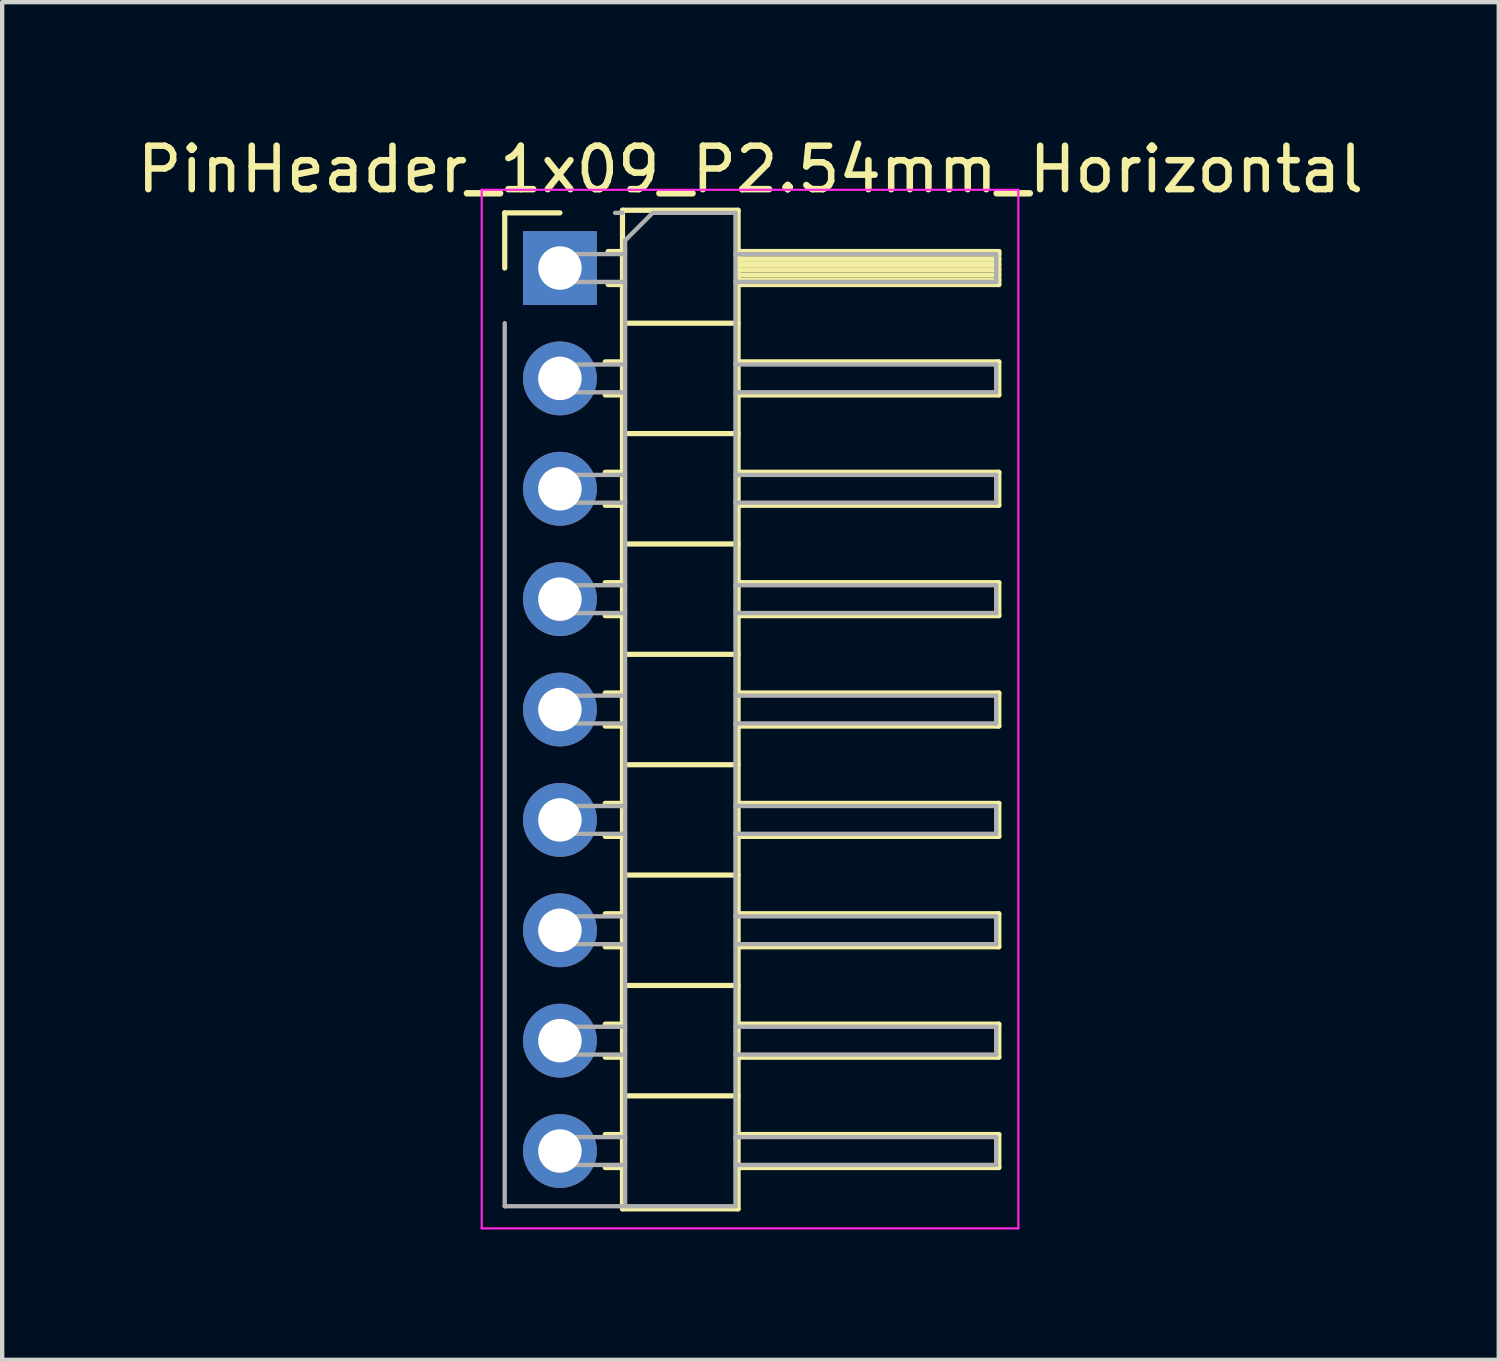
<source format=kicad_pcb>
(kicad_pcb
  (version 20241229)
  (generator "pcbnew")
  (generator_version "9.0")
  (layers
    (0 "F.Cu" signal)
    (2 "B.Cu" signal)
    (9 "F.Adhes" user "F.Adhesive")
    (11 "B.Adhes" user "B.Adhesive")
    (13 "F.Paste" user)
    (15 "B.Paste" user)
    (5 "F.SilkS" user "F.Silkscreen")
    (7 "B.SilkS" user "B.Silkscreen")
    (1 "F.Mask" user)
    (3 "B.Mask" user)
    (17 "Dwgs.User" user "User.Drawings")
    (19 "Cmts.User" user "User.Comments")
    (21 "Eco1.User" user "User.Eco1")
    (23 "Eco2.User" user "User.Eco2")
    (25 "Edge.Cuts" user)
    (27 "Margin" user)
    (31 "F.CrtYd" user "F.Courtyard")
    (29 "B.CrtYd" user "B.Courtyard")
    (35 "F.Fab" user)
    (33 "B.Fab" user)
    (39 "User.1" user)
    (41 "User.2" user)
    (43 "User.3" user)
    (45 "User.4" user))
  (footprint "PinHeader_1x09_P2.54mm_Horizontal"
    (layer "F.Cu")
    (at 9.835 13.278)
    (property "Reference" "PinHeader_1x09_P2.54mm_Horizontal" (at 4.385 -12.43 0) (layer "F.SilkS") (effects (font (size 1 1) (thickness 0.15))))
    (attr through_hole)
    (fp_line (start -1.27 -11.43) (end 0 -11.43) (stroke (width 0.12) (type solid)) (layer "F.SilkS"))
    (fp_line (start -1.27 -10.16) (end -1.27 -11.43) (stroke (width 0.12) (type solid)) (layer "F.SilkS"))
    (fp_line (start 1.043 -8) (end 1.44 -8) (stroke (width 0.12) (type solid)) (layer "F.SilkS"))
    (fp_line (start 1.043 -7.24) (end 1.44 -7.24) (stroke (width 0.12) (type solid)) (layer "F.SilkS"))
    (fp_line (start 1.043 -5.46) (end 1.44 -5.46) (stroke (width 0.12) (type solid)) (layer "F.SilkS"))
    (fp_line (start 1.043 -4.7) (end 1.44 -4.7) (stroke (width 0.12) (type solid)) (layer "F.SilkS"))
    (fp_line (start 1.043 -2.92) (end 1.44 -2.92) (stroke (width 0.12) (type solid)) (layer "F.SilkS"))
    (fp_line (start 1.043 -2.16) (end 1.44 -2.16) (stroke (width 0.12) (type solid)) (layer "F.SilkS"))
    (fp_line (start 1.043 -0.38) (end 1.44 -0.38) (stroke (width 0.12) (type solid)) (layer "F.SilkS"))
    (fp_line (start 1.043 0.38) (end 1.44 0.38) (stroke (width 0.12) (type solid)) (layer "F.SilkS"))
    (fp_line (start 1.043 2.16) (end 1.44 2.16) (stroke (width 0.12) (type solid)) (layer "F.SilkS"))
    (fp_line (start 1.043 2.92) (end 1.44 2.92) (stroke (width 0.12) (type solid)) (layer "F.SilkS"))
    (fp_line (start 1.043 4.7) (end 1.44 4.7) (stroke (width 0.12) (type solid)) (layer "F.SilkS"))
    (fp_line (start 1.043 5.46) (end 1.44 5.46) (stroke (width 0.12) (type solid)) (layer "F.SilkS"))
    (fp_line (start 1.043 7.24) (end 1.44 7.24) (stroke (width 0.12) (type solid)) (layer "F.SilkS"))
    (fp_line (start 1.043 8) (end 1.44 8) (stroke (width 0.12) (type solid)) (layer "F.SilkS"))
    (fp_line (start 1.043 9.78) (end 1.44 9.78) (stroke (width 0.12) (type solid)) (layer "F.SilkS"))
    (fp_line (start 1.043 10.54) (end 1.44 10.54) (stroke (width 0.12) (type solid)) (layer "F.SilkS"))
    (fp_line (start 1.11 -10.54) (end 1.44 -10.54) (stroke (width 0.12) (type solid)) (layer "F.SilkS"))
    (fp_line (start 1.11 -9.78) (end 1.44 -9.78) (stroke (width 0.12) (type solid)) (layer "F.SilkS"))
    (fp_line (start 1.44 -11.49) (end 1.44 11.49) (stroke (width 0.12) (type solid)) (layer "F.SilkS"))
    (fp_line (start 1.44 -8.89) (end 4.1 -8.89) (stroke (width 0.12) (type solid)) (layer "F.SilkS"))
    (fp_line (start 1.44 -6.35) (end 4.1 -6.35) (stroke (width 0.12) (type solid)) (layer "F.SilkS"))
    (fp_line (start 1.44 -3.81) (end 4.1 -3.81) (stroke (width 0.12) (type solid)) (layer "F.SilkS"))
    (fp_line (start 1.44 -1.27) (end 4.1 -1.27) (stroke (width 0.12) (type solid)) (layer "F.SilkS"))
    (fp_line (start 1.44 1.27) (end 4.1 1.27) (stroke (width 0.12) (type solid)) (layer "F.SilkS"))
    (fp_line (start 1.44 3.81) (end 4.1 3.81) (stroke (width 0.12) (type solid)) (layer "F.SilkS"))
    (fp_line (start 1.44 6.35) (end 4.1 6.35) (stroke (width 0.12) (type solid)) (layer "F.SilkS"))
    (fp_line (start 1.44 8.89) (end 4.1 8.89) (stroke (width 0.12) (type solid)) (layer "F.SilkS"))
    (fp_line (start 1.44 11.49) (end 4.1 11.49) (stroke (width 0.12) (type solid)) (layer "F.SilkS"))
    (fp_line (start 4.1 -11.49) (end 1.44 -11.49) (stroke (width 0.12) (type solid)) (layer "F.SilkS"))
    (fp_line (start 4.1 -10.54) (end 10.1 -10.54) (stroke (width 0.12) (type solid)) (layer "F.SilkS"))
    (fp_line (start 4.1 -10.48) (end 10.1 -10.48) (stroke (width 0.12) (type solid)) (layer "F.SilkS"))
    (fp_line (start 4.1 -10.36) (end 10.1 -10.36) (stroke (width 0.12) (type solid)) (layer "F.SilkS"))
    (fp_line (start 4.1 -10.24) (end 10.1 -10.24) (stroke (width 0.12) (type solid)) (layer "F.SilkS"))
    (fp_line (start 4.1 -10.12) (end 10.1 -10.12) (stroke (width 0.12) (type solid)) (layer "F.SilkS"))
    (fp_line (start 4.1 -10) (end 10.1 -10) (stroke (width 0.12) (type solid)) (layer "F.SilkS"))
    (fp_line (start 4.1 -9.88) (end 10.1 -9.88) (stroke (width 0.12) (type solid)) (layer "F.SilkS"))
    (fp_line (start 4.1 -8) (end 10.1 -8) (stroke (width 0.12) (type solid)) (layer "F.SilkS"))
    (fp_line (start 4.1 -5.46) (end 10.1 -5.46) (stroke (width 0.12) (type solid)) (layer "F.SilkS"))
    (fp_line (start 4.1 -2.92) (end 10.1 -2.92) (stroke (width 0.12) (type solid)) (layer "F.SilkS"))
    (fp_line (start 4.1 -0.38) (end 10.1 -0.38) (stroke (width 0.12) (type solid)) (layer "F.SilkS"))
    (fp_line (start 4.1 2.16) (end 10.1 2.16) (stroke (width 0.12) (type solid)) (layer "F.SilkS"))
    (fp_line (start 4.1 4.7) (end 10.1 4.7) (stroke (width 0.12) (type solid)) (layer "F.SilkS"))
    (fp_line (start 4.1 7.24) (end 10.1 7.24) (stroke (width 0.12) (type solid)) (layer "F.SilkS"))
    (fp_line (start 4.1 9.78) (end 10.1 9.78) (stroke (width 0.12) (type solid)) (layer "F.SilkS"))
    (fp_line (start 4.1 11.49) (end 4.1 -11.49) (stroke (width 0.12) (type solid)) (layer "F.SilkS"))
    (fp_line (start 10.1 -10.54) (end 10.1 -9.78) (stroke (width 0.12) (type solid)) (layer "F.SilkS"))
    (fp_line (start 10.1 -9.78) (end 4.1 -9.78) (stroke (width 0.12) (type solid)) (layer "F.SilkS"))
    (fp_line (start 10.1 -8) (end 10.1 -7.24) (stroke (width 0.12) (type solid)) (layer "F.SilkS"))
    (fp_line (start 10.1 -7.24) (end 4.1 -7.24) (stroke (width 0.12) (type solid)) (layer "F.SilkS"))
    (fp_line (start 10.1 -5.46) (end 10.1 -4.7) (stroke (width 0.12) (type solid)) (layer "F.SilkS"))
    (fp_line (start 10.1 -4.7) (end 4.1 -4.7) (stroke (width 0.12) (type solid)) (layer "F.SilkS"))
    (fp_line (start 10.1 -2.92) (end 10.1 -2.16) (stroke (width 0.12) (type solid)) (layer "F.SilkS"))
    (fp_line (start 10.1 -2.16) (end 4.1 -2.16) (stroke (width 0.12) (type solid)) (layer "F.SilkS"))
    (fp_line (start 10.1 -0.38) (end 10.1 0.38) (stroke (width 0.12) (type solid)) (layer "F.SilkS"))
    (fp_line (start 10.1 0.38) (end 4.1 0.38) (stroke (width 0.12) (type solid)) (layer "F.SilkS"))
    (fp_line (start 10.1 2.16) (end 10.1 2.92) (stroke (width 0.12) (type solid)) (layer "F.SilkS"))
    (fp_line (start 10.1 2.92) (end 4.1 2.92) (stroke (width 0.12) (type solid)) (layer "F.SilkS"))
    (fp_line (start 10.1 4.7) (end 10.1 5.46) (stroke (width 0.12) (type solid)) (layer "F.SilkS"))
    (fp_line (start 10.1 5.46) (end 4.1 5.46) (stroke (width 0.12) (type solid)) (layer "F.SilkS"))
    (fp_line (start 10.1 7.24) (end 10.1 8) (stroke (width 0.12) (type solid)) (layer "F.SilkS"))
    (fp_line (start 10.1 8) (end 4.1 8) (stroke (width 0.12) (type solid)) (layer "F.SilkS"))
    (fp_line (start 10.1 9.78) (end 10.1 10.54) (stroke (width 0.12) (type solid)) (layer "F.SilkS"))
    (fp_line (start 10.1 10.54) (end 4.1 10.54) (stroke (width 0.12) (type solid)) (layer "F.SilkS"))
    (fp_line (start -1.8 -11.96) (end -1.8 11.94) (stroke (width 0.05) (type solid)) (layer "F.CrtYd"))
    (fp_line (start -1.8 11.94) (end 10.55 11.94) (stroke (width 0.05) (type solid)) (layer "F.CrtYd"))
    (fp_line (start 10.55 -11.96) (end -1.8 -11.96) (stroke (width 0.05) (type solid)) (layer "F.CrtYd"))
    (fp_line (start 10.55 11.94) (end 10.55 -11.96) (stroke (width 0.05) (type solid)) (layer "F.CrtYd"))
    (fp_line (start -1.27 -8.89) (end -1.27 11.43) (stroke (width 0.1) (type default)) (layer "F.Fab"))
    (fp_line (start -1.27 11.43) (end 1.44 11.43) (stroke (width 0.1) (type default)) (layer "F.Fab"))
    (fp_line (start -0.32 -10.48) (end -0.32 -9.84) (stroke (width 0.1) (type solid)) (layer "F.Fab"))
    (fp_line (start -0.32 -10.48) (end 1.5 -10.48) (stroke (width 0.1) (type solid)) (layer "F.Fab"))
    (fp_line (start -0.32 -9.84) (end 1.5 -9.84) (stroke (width 0.1) (type solid)) (layer "F.Fab"))
    (fp_line (start -0.32 -7.94) (end -0.32 -7.3) (stroke (width 0.1) (type solid)) (layer "F.Fab"))
    (fp_line (start -0.32 -7.94) (end 1.5 -7.94) (stroke (width 0.1) (type solid)) (layer "F.Fab"))
    (fp_line (start -0.32 -7.3) (end 1.5 -7.3) (stroke (width 0.1) (type solid)) (layer "F.Fab"))
    (fp_line (start -0.32 -5.4) (end -0.32 -4.76) (stroke (width 0.1) (type solid)) (layer "F.Fab"))
    (fp_line (start -0.32 -5.4) (end 1.5 -5.4) (stroke (width 0.1) (type solid)) (layer "F.Fab"))
    (fp_line (start -0.32 -4.76) (end 1.5 -4.76) (stroke (width 0.1) (type solid)) (layer "F.Fab"))
    (fp_line (start -0.32 -2.86) (end -0.32 -2.22) (stroke (width 0.1) (type solid)) (layer "F.Fab"))
    (fp_line (start -0.32 -2.86) (end 1.5 -2.86) (stroke (width 0.1) (type solid)) (layer "F.Fab"))
    (fp_line (start -0.32 -2.22) (end 1.5 -2.22) (stroke (width 0.1) (type solid)) (layer "F.Fab"))
    (fp_line (start -0.32 -0.32) (end -0.32 0.32) (stroke (width 0.1) (type solid)) (layer "F.Fab"))
    (fp_line (start -0.32 -0.32) (end 1.5 -0.32) (stroke (width 0.1) (type solid)) (layer "F.Fab"))
    (fp_line (start -0.32 0.32) (end 1.5 0.32) (stroke (width 0.1) (type solid)) (layer "F.Fab"))
    (fp_line (start -0.32 2.22) (end -0.32 2.86) (stroke (width 0.1) (type solid)) (layer "F.Fab"))
    (fp_line (start -0.32 2.22) (end 1.5 2.22) (stroke (width 0.1) (type solid)) (layer "F.Fab"))
    (fp_line (start -0.32 2.86) (end 1.5 2.86) (stroke (width 0.1) (type solid)) (layer "F.Fab"))
    (fp_line (start -0.32 4.76) (end -0.32 5.4) (stroke (width 0.1) (type solid)) (layer "F.Fab"))
    (fp_line (start -0.32 4.76) (end 1.5 4.76) (stroke (width 0.1) (type solid)) (layer "F.Fab"))
    (fp_line (start -0.32 5.4) (end 1.5 5.4) (stroke (width 0.1) (type solid)) (layer "F.Fab"))
    (fp_line (start -0.32 7.3) (end -0.32 7.94) (stroke (width 0.1) (type solid)) (layer "F.Fab"))
    (fp_line (start -0.32 7.3) (end 1.5 7.3) (stroke (width 0.1) (type solid)) (layer "F.Fab"))
    (fp_line (start -0.32 7.94) (end 1.5 7.94) (stroke (width 0.1) (type solid)) (layer "F.Fab"))
    (fp_line (start -0.32 9.84) (end -0.32 10.48) (stroke (width 0.1) (type solid)) (layer "F.Fab"))
    (fp_line (start -0.32 9.84) (end 1.5 9.84) (stroke (width 0.1) (type solid)) (layer "F.Fab"))
    (fp_line (start -0.32 10.48) (end 1.5 10.48) (stroke (width 0.1) (type solid)) (layer "F.Fab"))
    (fp_line (start 1.27 -11.43) (end 1.44 -11.43) (stroke (width 0.1) (type default)) (layer "F.Fab"))
    (fp_line (start 1.5 -10.795) (end 2.135 -11.43) (stroke (width 0.1) (type solid)) (layer "F.Fab"))
    (fp_line (start 1.5 11.43) (end 1.5 -10.795) (stroke (width 0.1) (type solid)) (layer "F.Fab"))
    (fp_line (start 2.135 -11.43) (end 4.04 -11.43) (stroke (width 0.1) (type solid)) (layer "F.Fab"))
    (fp_line (start 4.04 -11.43) (end 4.04 11.43) (stroke (width 0.1) (type solid)) (layer "F.Fab"))
    (fp_line (start 4.04 -10.48) (end 10.04 -10.48) (stroke (width 0.1) (type solid)) (layer "F.Fab"))
    (fp_line (start 4.04 -9.84) (end 10.04 -9.84) (stroke (width 0.1) (type solid)) (layer "F.Fab"))
    (fp_line (start 4.04 -7.94) (end 10.04 -7.94) (stroke (width 0.1) (type solid)) (layer "F.Fab"))
    (fp_line (start 4.04 -7.3) (end 10.04 -7.3) (stroke (width 0.1) (type solid)) (layer "F.Fab"))
    (fp_line (start 4.04 -5.4) (end 10.04 -5.4) (stroke (width 0.1) (type solid)) (layer "F.Fab"))
    (fp_line (start 4.04 -4.76) (end 10.04 -4.76) (stroke (width 0.1) (type solid)) (layer "F.Fab"))
    (fp_line (start 4.04 -2.86) (end 10.04 -2.86) (stroke (width 0.1) (type solid)) (layer "F.Fab"))
    (fp_line (start 4.04 -2.22) (end 10.04 -2.22) (stroke (width 0.1) (type solid)) (layer "F.Fab"))
    (fp_line (start 4.04 -0.32) (end 10.04 -0.32) (stroke (width 0.1) (type solid)) (layer "F.Fab"))
    (fp_line (start 4.04 0.32) (end 10.04 0.32) (stroke (width 0.1) (type solid)) (layer "F.Fab"))
    (fp_line (start 4.04 2.22) (end 10.04 2.22) (stroke (width 0.1) (type solid)) (layer "F.Fab"))
    (fp_line (start 4.04 2.86) (end 10.04 2.86) (stroke (width 0.1) (type solid)) (layer "F.Fab"))
    (fp_line (start 4.04 4.76) (end 10.04 4.76) (stroke (width 0.1) (type solid)) (layer "F.Fab"))
    (fp_line (start 4.04 5.4) (end 10.04 5.4) (stroke (width 0.1) (type solid)) (layer "F.Fab"))
    (fp_line (start 4.04 7.3) (end 10.04 7.3) (stroke (width 0.1) (type solid)) (layer "F.Fab"))
    (fp_line (start 4.04 7.94) (end 10.04 7.94) (stroke (width 0.1) (type solid)) (layer "F.Fab"))
    (fp_line (start 4.04 9.84) (end 10.04 9.84) (stroke (width 0.1) (type solid)) (layer "F.Fab"))
    (fp_line (start 4.04 10.48) (end 10.04 10.48) (stroke (width 0.1) (type solid)) (layer "F.Fab"))
    (fp_line (start 4.04 11.43) (end 1.5 11.43) (stroke (width 0.1) (type solid)) (layer "F.Fab"))
    (fp_line (start 10.04 -10.48) (end 10.04 -9.84) (stroke (width 0.1) (type solid)) (layer "F.Fab"))
    (fp_line (start 10.04 -7.94) (end 10.04 -7.3) (stroke (width 0.1) (type solid)) (layer "F.Fab"))
    (fp_line (start 10.04 -5.4) (end 10.04 -4.76) (stroke (width 0.1) (type solid)) (layer "F.Fab"))
    (fp_line (start 10.04 -2.86) (end 10.04 -2.22) (stroke (width 0.1) (type solid)) (layer "F.Fab"))
    (fp_line (start 10.04 -0.32) (end 10.04 0.32) (stroke (width 0.1) (type solid)) (layer "F.Fab"))
    (fp_line (start 10.04 2.22) (end 10.04 2.86) (stroke (width 0.1) (type solid)) (layer "F.Fab"))
    (fp_line (start 10.04 4.76) (end 10.04 5.4) (stroke (width 0.1) (type solid)) (layer "F.Fab"))
    (fp_line (start 10.04 7.3) (end 10.04 7.94) (stroke (width 0.1) (type solid)) (layer "F.Fab"))
    (fp_line (start 10.04 9.84) (end 10.04 10.48) (stroke (width 0.1) (type solid)) (layer "F.Fab"))
    (pad "1" thru_hole rect (at 0 -10.16) (size 1.7 1.7) (drill 1) (layers "*.Cu" "*.Mask"))
    (pad "2" thru_hole oval (at 0 -7.62) (size 1.7 1.7) (drill 1) (layers "*.Cu" "*.Mask"))
    (pad "3" thru_hole oval (at 0 -5.08) (size 1.7 1.7) (drill 1) (layers "*.Cu" "*.Mask"))
    (pad "4" thru_hole oval (at 0 -2.54) (size 1.7 1.7) (drill 1) (layers "*.Cu" "*.Mask"))
    (pad "5" thru_hole oval (at 0 0) (size 1.7 1.7) (drill 1) (layers "*.Cu" "*.Mask"))
    (pad "6" thru_hole oval (at 0 2.54) (size 1.7 1.7) (drill 1) (layers "*.Cu" "*.Mask"))
    (pad "7" thru_hole oval (at 0 5.08) (size 1.7 1.7) (drill 1) (layers "*.Cu" "*.Mask"))
    (pad "8" thru_hole oval (at 0 7.62) (size 1.7 1.7) (drill 1) (layers "*.Cu" "*.Mask"))
    (pad "9" thru_hole oval (at 0 10.16) (size 1.7 1.7) (drill 1) (layers "*.Cu" "*.Mask")))
  (gr_rect
    (start -3 -3)
    (end 31.44 28.243)
    (stroke (width 0.1) (type default))
    (fill no)
    (layer "Edge.Cuts")))
</source>
